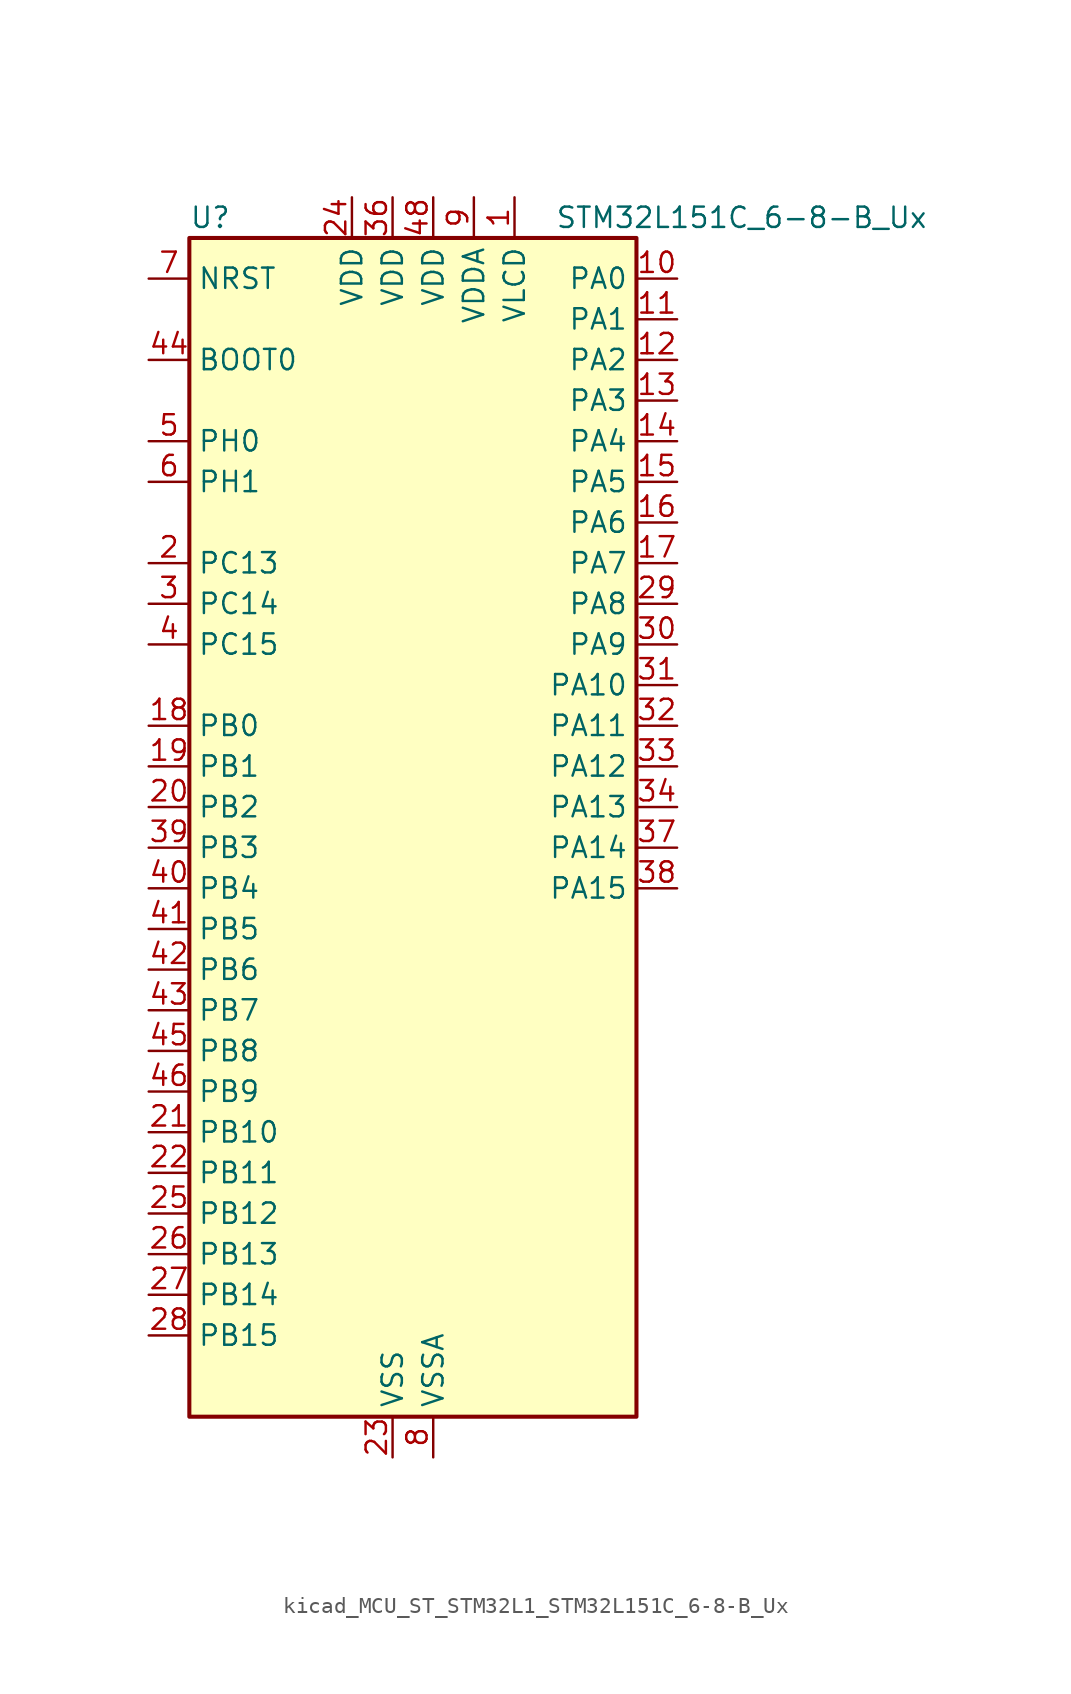
<source format=kicad_sym>
(kicad_symbol_lib
  (version 20220914)
  (generator kicad_symbol_editor)
  (symbol "kicad_MCU_ST_STM32L1_STM32L151C_6-8-B_Ux"
    (property "Reference" "U"
      (at -12.7 39.37 0)
      (effects (font (size 1.27 1.27)) (justify left)))
    (property "Value" "STM32L151C_6-8-B_Ux"
      (at 10.16 39.37 0)
      (effects (font (size 1.27 1.27)) (justify left)))
    (property "ki_locked" ""
      (at 0 0 0)
      (effects (font (size 1.27 1.27))))
    (symbol "kicad_MCU_ST_STM32L1_STM32L151C_6-8-B_Ux_0_1"
      (rectangle (start -12.7 -35.56) (end 15.24 38.1) (stroke (width 0.254) (type default)) (fill (type background))))
    (symbol "kicad_MCU_ST_STM32L1_STM32L151C_6-8-B_Ux_1_1"
      (pin power_in line (at 7.62 40.64 270) (length 2.54) (name "VLCD" (effects (font (size 1.27 1.27)))) (number "1" (effects (font (size 1.27 1.27)))))
      (pin bidirectional line (at 17.78 35.56 180) (length 2.54) (name "PA0" (effects (font (size 1.27 1.27)))) (number "10" (effects (font (size 1.27 1.27)))) (alternate "ADC_IN0" bidirectional line) (alternate "COMP1_INP" bidirectional line) (alternate "SYS_WKUP1" bidirectional line) (alternate "TIM2_CH1" bidirectional line) (alternate "TIM2_ETR" bidirectional line) (alternate "TIMX_IC1" bidirectional line) (alternate "TS_G1_IO1" bidirectional line) (alternate "USART2_CTS" bidirectional line))
      (pin bidirectional line (at 17.78 33.02 180) (length 2.54) (name "PA1" (effects (font (size 1.27 1.27)))) (number "11" (effects (font (size 1.27 1.27)))) (alternate "ADC_IN1" bidirectional line) (alternate "COMP1_INP" bidirectional line) (alternate "TIM2_CH2" bidirectional line) (alternate "TIMX_IC2" bidirectional line) (alternate "TS_G1_IO2" bidirectional line) (alternate "USART2_RTS" bidirectional line))
      (pin bidirectional line (at 17.78 30.48 180) (length 2.54) (name "PA2" (effects (font (size 1.27 1.27)))) (number "12" (effects (font (size 1.27 1.27)))) (alternate "ADC_IN2" bidirectional line) (alternate "COMP1_INP" bidirectional line) (alternate "TIM2_CH3" bidirectional line) (alternate "TIM9_CH1" bidirectional line) (alternate "TIMX_IC3" bidirectional line) (alternate "TS_G1_IO3" bidirectional line) (alternate "USART2_TX" bidirectional line))
      (pin bidirectional line (at 17.78 27.94 180) (length 2.54) (name "PA3" (effects (font (size 1.27 1.27)))) (number "13" (effects (font (size 1.27 1.27)))) (alternate "ADC_IN3" bidirectional line) (alternate "COMP1_INP" bidirectional line) (alternate "TIM2_CH4" bidirectional line) (alternate "TIM9_CH2" bidirectional line) (alternate "TIMX_IC4" bidirectional line) (alternate "TS_G1_IO4" bidirectional line) (alternate "USART2_RX" bidirectional line))
      (pin bidirectional line (at 17.78 25.4 180) (length 2.54) (name "PA4" (effects (font (size 1.27 1.27)))) (number "14" (effects (font (size 1.27 1.27)))) (alternate "ADC_IN4" bidirectional line) (alternate "COMP1_INP" bidirectional line) (alternate "DAC_OUT1" bidirectional line) (alternate "SPI1_NSS" bidirectional line) (alternate "TIMX_IC1" bidirectional line) (alternate "USART2_CK" bidirectional line))
      (pin bidirectional line (at 17.78 22.86 180) (length 2.54) (name "PA5" (effects (font (size 1.27 1.27)))) (number "15" (effects (font (size 1.27 1.27)))) (alternate "ADC_IN5" bidirectional line) (alternate "COMP1_INP" bidirectional line) (alternate "DAC_OUT2" bidirectional line) (alternate "SPI1_SCK" bidirectional line) (alternate "TIM2_CH1" bidirectional line) (alternate "TIM2_ETR" bidirectional line) (alternate "TIMX_IC2" bidirectional line))
      (pin bidirectional line (at 17.78 20.32 180) (length 2.54) (name "PA6" (effects (font (size 1.27 1.27)))) (number "16" (effects (font (size 1.27 1.27)))) (alternate "ADC_IN6" bidirectional line) (alternate "COMP1_INP" bidirectional line) (alternate "SPI1_MISO" bidirectional line) (alternate "TIM10_CH1" bidirectional line) (alternate "TIM3_CH1" bidirectional line) (alternate "TIMX_IC3" bidirectional line) (alternate "TS_G2_IO1" bidirectional line))
      (pin bidirectional line (at 17.78 17.78 180) (length 2.54) (name "PA7" (effects (font (size 1.27 1.27)))) (number "17" (effects (font (size 1.27 1.27)))) (alternate "ADC_IN7" bidirectional line) (alternate "COMP1_INP" bidirectional line) (alternate "SPI1_MOSI" bidirectional line) (alternate "TIM11_CH1" bidirectional line) (alternate "TIM3_CH2" bidirectional line) (alternate "TIMX_IC4" bidirectional line) (alternate "TS_G2_IO2" bidirectional line))
      (pin bidirectional line (at -15.24 7.62 0) (length 2.54) (name "PB0" (effects (font (size 1.27 1.27)))) (number "18" (effects (font (size 1.27 1.27)))) (alternate "ADC_IN8" bidirectional line) (alternate "COMP1_INP" bidirectional line) (alternate "SYS_V_REF_OUT" bidirectional line) (alternate "TIM3_CH3" bidirectional line) (alternate "TS_G3_IO1" bidirectional line))
      (pin bidirectional line (at -15.24 5.08 0) (length 2.54) (name "PB1" (effects (font (size 1.27 1.27)))) (number "19" (effects (font (size 1.27 1.27)))) (alternate "ADC_IN9" bidirectional line) (alternate "COMP1_INP" bidirectional line) (alternate "SYS_V_REF_OUT" bidirectional line) (alternate "TIM3_CH4" bidirectional line) (alternate "TS_G3_IO2" bidirectional line))
      (pin bidirectional line (at -15.24 17.78 0) (length 2.54) (name "PC13" (effects (font (size 1.27 1.27)))) (number "2" (effects (font (size 1.27 1.27)))) (alternate "RTC_OUT_ALARM" bidirectional line) (alternate "RTC_OUT_CALIB" bidirectional line) (alternate "RTC_TAMP1" bidirectional line) (alternate "RTC_TS" bidirectional line) (alternate "SYS_WKUP2" bidirectional line) (alternate "TIMX_IC2" bidirectional line))
      (pin bidirectional line (at -15.24 2.54 0) (length 2.54) (name "PB2" (effects (font (size 1.27 1.27)))) (number "20" (effects (font (size 1.27 1.27)))))
      (pin bidirectional line (at -15.24 -17.78 0) (length 2.54) (name "PB10" (effects (font (size 1.27 1.27)))) (number "21" (effects (font (size 1.27 1.27)))) (alternate "I2C2_SCL" bidirectional line) (alternate "TIM2_CH3" bidirectional line) (alternate "USART3_TX" bidirectional line))
      (pin bidirectional line (at -15.24 -20.32 0) (length 2.54) (name "PB11" (effects (font (size 1.27 1.27)))) (number "22" (effects (font (size 1.27 1.27)))) (alternate "ADC_EXTI11" bidirectional line) (alternate "I2C2_SDA" bidirectional line) (alternate "TIM2_CH4" bidirectional line) (alternate "USART3_RX" bidirectional line))
      (pin power_in line (at 0 -38.1 90) (length 2.54) (name "VSS" (effects (font (size 1.27 1.27)))) (number "23" (effects (font (size 1.27 1.27)))))
      (pin power_in line (at -2.54 40.64 270) (length 2.54) (name "VDD" (effects (font (size 1.27 1.27)))) (number "24" (effects (font (size 1.27 1.27)))))
      (pin bidirectional line (at -15.24 -22.86 0) (length 2.54) (name "PB12" (effects (font (size 1.27 1.27)))) (number "25" (effects (font (size 1.27 1.27)))) (alternate "ADC_IN18" bidirectional line) (alternate "COMP1_INP" bidirectional line) (alternate "I2C2_SMBA" bidirectional line) (alternate "SPI2_NSS" bidirectional line) (alternate "TIM10_CH1" bidirectional line) (alternate "TS_G7_IO1" bidirectional line) (alternate "USART3_CK" bidirectional line))
      (pin bidirectional line (at -15.24 -25.4 0) (length 2.54) (name "PB13" (effects (font (size 1.27 1.27)))) (number "26" (effects (font (size 1.27 1.27)))) (alternate "ADC_IN19" bidirectional line) (alternate "COMP1_INP" bidirectional line) (alternate "SPI2_SCK" bidirectional line) (alternate "TIM9_CH1" bidirectional line) (alternate "TS_G7_IO2" bidirectional line) (alternate "USART3_CTS" bidirectional line))
      (pin bidirectional line (at -15.24 -27.94 0) (length 2.54) (name "PB14" (effects (font (size 1.27 1.27)))) (number "27" (effects (font (size 1.27 1.27)))) (alternate "ADC_IN20" bidirectional line) (alternate "COMP1_INP" bidirectional line) (alternate "SPI2_MISO" bidirectional line) (alternate "TIM9_CH2" bidirectional line) (alternate "TS_G7_IO3" bidirectional line) (alternate "USART3_RTS" bidirectional line))
      (pin bidirectional line (at -15.24 -30.48 0) (length 2.54) (name "PB15" (effects (font (size 1.27 1.27)))) (number "28" (effects (font (size 1.27 1.27)))) (alternate "ADC_EXTI15" bidirectional line) (alternate "ADC_IN21" bidirectional line) (alternate "COMP1_INP" bidirectional line) (alternate "RTC_REFIN" bidirectional line) (alternate "SPI2_MOSI" bidirectional line) (alternate "TIM11_CH1" bidirectional line) (alternate "TS_G7_IO4" bidirectional line))
      (pin bidirectional line (at 17.78 15.24 180) (length 2.54) (name "PA8" (effects (font (size 1.27 1.27)))) (number "29" (effects (font (size 1.27 1.27)))) (alternate "RCC_MCO" bidirectional line) (alternate "TIMX_IC1" bidirectional line) (alternate "TS_G4_IO1" bidirectional line) (alternate "USART1_CK" bidirectional line))
      (pin bidirectional line (at -15.24 15.24 0) (length 2.54) (name "PC14" (effects (font (size 1.27 1.27)))) (number "3" (effects (font (size 1.27 1.27)))) (alternate "RCC_OSC32_IN" bidirectional line) (alternate "TIMX_IC3" bidirectional line))
      (pin bidirectional line (at 17.78 12.7 180) (length 2.54) (name "PA9" (effects (font (size 1.27 1.27)))) (number "30" (effects (font (size 1.27 1.27)))) (alternate "DAC_EXTI9" bidirectional line) (alternate "TIMX_IC2" bidirectional line) (alternate "TS_G4_IO2" bidirectional line) (alternate "USART1_TX" bidirectional line))
      (pin bidirectional line (at 17.78 10.16 180) (length 2.54) (name "PA10" (effects (font (size 1.27 1.27)))) (number "31" (effects (font (size 1.27 1.27)))) (alternate "TIMX_IC3" bidirectional line) (alternate "TS_G4_IO3" bidirectional line) (alternate "USART1_RX" bidirectional line))
      (pin bidirectional line (at 17.78 7.62 180) (length 2.54) (name "PA11" (effects (font (size 1.27 1.27)))) (number "32" (effects (font (size 1.27 1.27)))) (alternate "ADC_EXTI11" bidirectional line) (alternate "SPI1_MISO" bidirectional line) (alternate "TIMX_IC4" bidirectional line) (alternate "USART1_CTS" bidirectional line) (alternate "USB_DM" bidirectional line))
      (pin bidirectional line (at 17.78 5.08 180) (length 2.54) (name "PA12" (effects (font (size 1.27 1.27)))) (number "33" (effects (font (size 1.27 1.27)))) (alternate "SPI1_MOSI" bidirectional line) (alternate "TIMX_IC1" bidirectional line) (alternate "USART1_RTS" bidirectional line) (alternate "USB_DP" bidirectional line))
      (pin bidirectional line (at 17.78 2.54 180) (length 2.54) (name "PA13" (effects (font (size 1.27 1.27)))) (number "34" (effects (font (size 1.27 1.27)))) (alternate "SYS_JTMS-SWDIO" bidirectional line) (alternate "TIMX_IC2" bidirectional line) (alternate "TS_G5_IO1" bidirectional line))
      (pin passive line (at 0 -38.1 90) (length 2.54) hide (name "VSS" (effects (font (size 1.27 1.27)))) (number "35" (effects (font (size 1.27 1.27)))))
      (pin power_in line (at 0 40.64 270) (length 2.54) (name "VDD" (effects (font (size 1.27 1.27)))) (number "36" (effects (font (size 1.27 1.27)))))
      (pin bidirectional line (at 17.78 0 180) (length 2.54) (name "PA14" (effects (font (size 1.27 1.27)))) (number "37" (effects (font (size 1.27 1.27)))) (alternate "SYS_JTCK-SWCLK" bidirectional line) (alternate "TIMX_IC3" bidirectional line) (alternate "TS_G5_IO2" bidirectional line))
      (pin bidirectional line (at 17.78 -2.54 180) (length 2.54) (name "PA15" (effects (font (size 1.27 1.27)))) (number "38" (effects (font (size 1.27 1.27)))) (alternate "ADC_EXTI15" bidirectional line) (alternate "SPI1_NSS" bidirectional line) (alternate "SYS_JTDI" bidirectional line) (alternate "TIM2_CH1" bidirectional line) (alternate "TIM2_ETR" bidirectional line) (alternate "TIMX_IC4" bidirectional line) (alternate "TS_G5_IO3" bidirectional line))
      (pin bidirectional line (at -15.24 0 0) (length 2.54) (name "PB3" (effects (font (size 1.27 1.27)))) (number "39" (effects (font (size 1.27 1.27)))) (alternate "COMP2_INM" bidirectional line) (alternate "SPI1_SCK" bidirectional line) (alternate "SYS_JTDO-TRACESWO" bidirectional line) (alternate "TIM2_CH2" bidirectional line))
      (pin bidirectional line (at -15.24 12.7 0) (length 2.54) (name "PC15" (effects (font (size 1.27 1.27)))) (number "4" (effects (font (size 1.27 1.27)))) (alternate "ADC_EXTI15" bidirectional line) (alternate "RCC_OSC32_OUT" bidirectional line) (alternate "TIMX_IC4" bidirectional line))
      (pin bidirectional line (at -15.24 -2.54 0) (length 2.54) (name "PB4" (effects (font (size 1.27 1.27)))) (number "40" (effects (font (size 1.27 1.27)))) (alternate "COMP2_INP" bidirectional line) (alternate "SPI1_MISO" bidirectional line) (alternate "SYS_JTRST" bidirectional line) (alternate "TIM3_CH1" bidirectional line) (alternate "TS_G6_IO1" bidirectional line))
      (pin bidirectional line (at -15.24 -5.08 0) (length 2.54) (name "PB5" (effects (font (size 1.27 1.27)))) (number "41" (effects (font (size 1.27 1.27)))) (alternate "COMP2_INP" bidirectional line) (alternate "I2C1_SMBA" bidirectional line) (alternate "SPI1_MOSI" bidirectional line) (alternate "TIM3_CH2" bidirectional line) (alternate "TS_G6_IO2" bidirectional line))
      (pin bidirectional line (at -15.24 -7.62 0) (length 2.54) (name "PB6" (effects (font (size 1.27 1.27)))) (number "42" (effects (font (size 1.27 1.27)))) (alternate "I2C1_SCL" bidirectional line) (alternate "TIM4_CH1" bidirectional line) (alternate "USART1_TX" bidirectional line))
      (pin bidirectional line (at -15.24 -10.16 0) (length 2.54) (name "PB7" (effects (font (size 1.27 1.27)))) (number "43" (effects (font (size 1.27 1.27)))) (alternate "I2C1_SDA" bidirectional line) (alternate "SYS_PVD_IN" bidirectional line) (alternate "TIM4_CH2" bidirectional line) (alternate "USART1_RX" bidirectional line))
      (pin input line (at -15.24 30.48 0) (length 2.54) (name "BOOT0" (effects (font (size 1.27 1.27)))) (number "44" (effects (font (size 1.27 1.27)))))
      (pin bidirectional line (at -15.24 -12.7 0) (length 2.54) (name "PB8" (effects (font (size 1.27 1.27)))) (number "45" (effects (font (size 1.27 1.27)))) (alternate "I2C1_SCL" bidirectional line) (alternate "TIM10_CH1" bidirectional line) (alternate "TIM4_CH3" bidirectional line))
      (pin bidirectional line (at -15.24 -15.24 0) (length 2.54) (name "PB9" (effects (font (size 1.27 1.27)))) (number "46" (effects (font (size 1.27 1.27)))) (alternate "DAC_EXTI9" bidirectional line) (alternate "I2C1_SDA" bidirectional line) (alternate "TIM11_CH1" bidirectional line) (alternate "TIM4_CH4" bidirectional line))
      (pin passive line (at 0 -38.1 90) (length 2.54) hide (name "VSS" (effects (font (size 1.27 1.27)))) (number "47" (effects (font (size 1.27 1.27)))))
      (pin power_in line (at 2.54 40.64 270) (length 2.54) (name "VDD" (effects (font (size 1.27 1.27)))) (number "48" (effects (font (size 1.27 1.27)))))
      (pin passive line (at 0 -38.1 90) (length 2.54) hide (name "VSS" (effects (font (size 1.27 1.27)))) (number "49" (effects (font (size 1.27 1.27)))))
      (pin bidirectional line (at -15.24 25.4 0) (length 2.54) (name "PH0" (effects (font (size 1.27 1.27)))) (number "5" (effects (font (size 1.27 1.27)))) (alternate "RCC_OSC_IN" bidirectional line))
      (pin bidirectional line (at -15.24 22.86 0) (length 2.54) (name "PH1" (effects (font (size 1.27 1.27)))) (number "6" (effects (font (size 1.27 1.27)))) (alternate "RCC_OSC_OUT" bidirectional line))
      (pin input line (at -15.24 35.56 0) (length 2.54) (name "NRST" (effects (font (size 1.27 1.27)))) (number "7" (effects (font (size 1.27 1.27)))))
      (pin power_in line (at 2.54 -38.1 90) (length 2.54) (name "VSSA" (effects (font (size 1.27 1.27)))) (number "8" (effects (font (size 1.27 1.27)))))
      (pin power_in line (at 5.08 40.64 270) (length 2.54) (name "VDDA" (effects (font (size 1.27 1.27)))) (number "9" (effects (font (size 1.27 1.27))))))))
</source>
